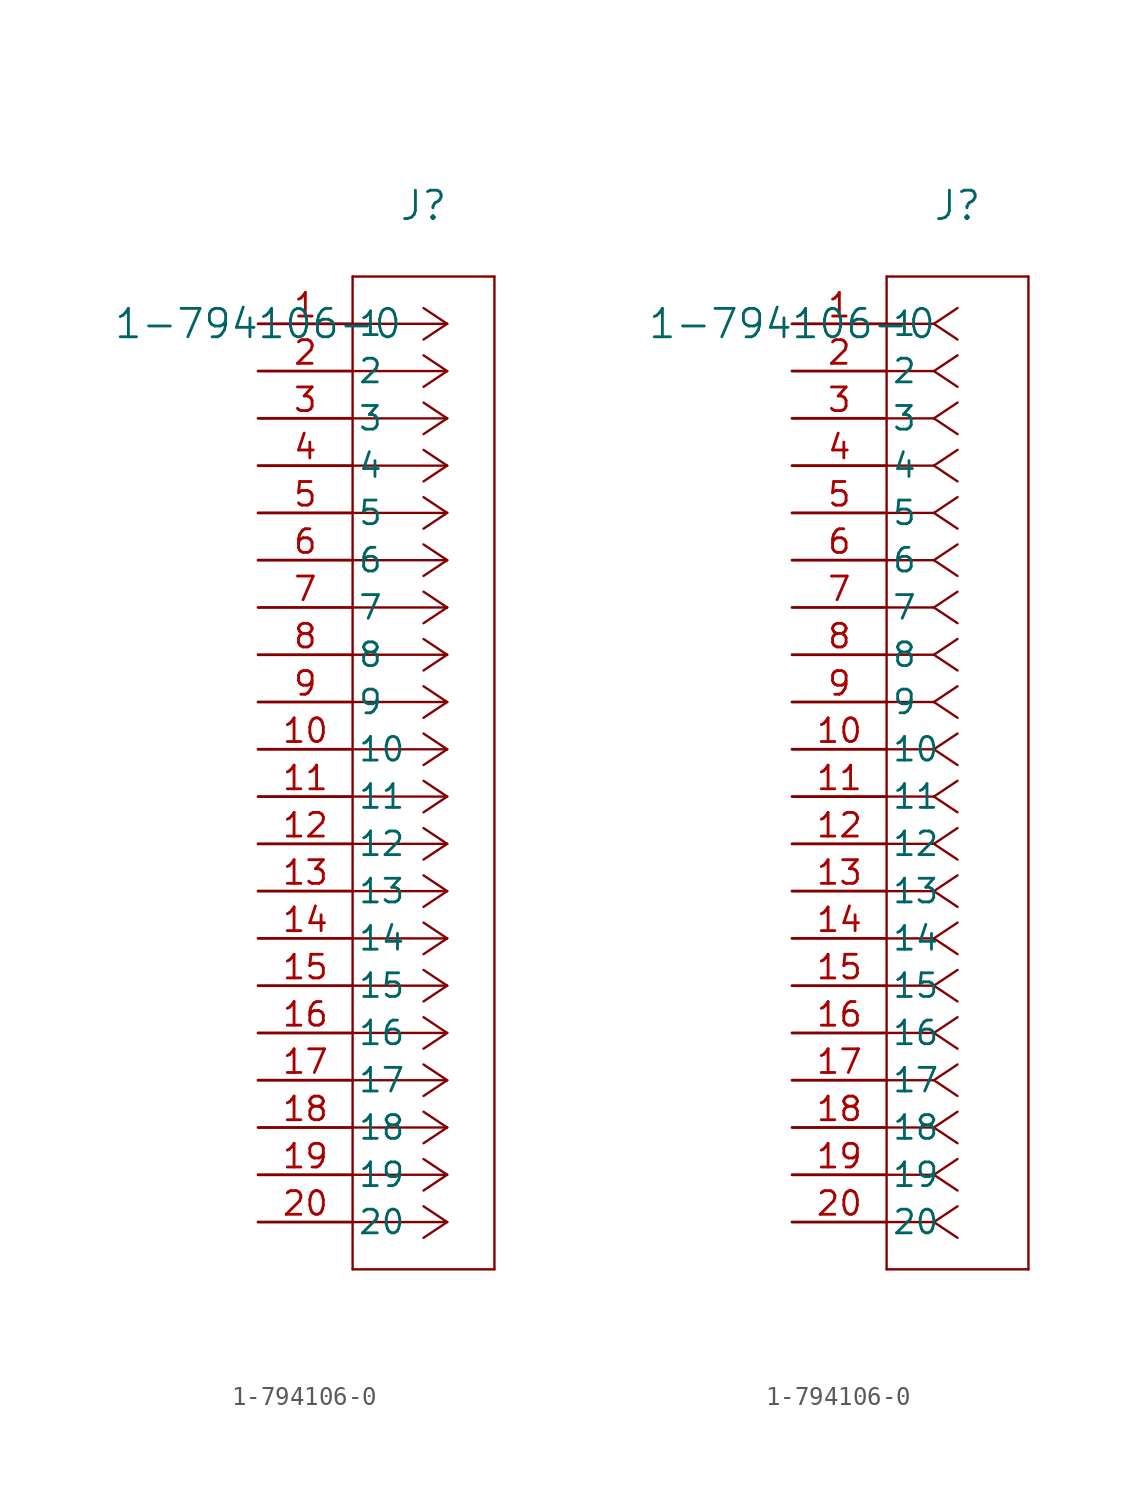
<source format=kicad_sym>
(kicad_symbol_lib
  (version 20211014)
  (generator kicad_symbol_editor)
  (symbol "1-794106-0"
    (pin_names
      (offset 0.254))
    (property "Reference" "J"
      (at 8.89 6.35 0)
      (effects (font (size 1.524 1.524))))
    (property "Value" "1-794106-0"
      (at 0 0 0)
      (effects (font (size 1.524 1.524))))
    (symbol "1-794106-0_1_1"
      (polyline (pts (xy 10.16 0) (xy 5.08 0)) (stroke (width 0.127) (type default) (color 0 0 0 0)) (fill (type none)))
      (polyline (pts (xy 10.16 -2.54) (xy 5.08 -2.54)) (stroke (width 0.127) (type default) (color 0 0 0 0)) (fill (type none)))
      (polyline (pts (xy 10.16 -5.08) (xy 5.08 -5.08)) (stroke (width 0.127) (type default) (color 0 0 0 0)) (fill (type none)))
      (polyline (pts (xy 10.16 -7.62) (xy 5.08 -7.62)) (stroke (width 0.127) (type default) (color 0 0 0 0)) (fill (type none)))
      (polyline (pts (xy 10.16 -10.16) (xy 5.08 -10.16)) (stroke (width 0.127) (type default) (color 0 0 0 0)) (fill (type none)))
      (polyline (pts (xy 10.16 -12.7) (xy 5.08 -12.7)) (stroke (width 0.127) (type default) (color 0 0 0 0)) (fill (type none)))
      (polyline (pts (xy 10.16 -15.24) (xy 5.08 -15.24)) (stroke (width 0.127) (type default) (color 0 0 0 0)) (fill (type none)))
      (polyline (pts (xy 10.16 -17.78) (xy 5.08 -17.78)) (stroke (width 0.127) (type default) (color 0 0 0 0)) (fill (type none)))
      (polyline (pts (xy 10.16 -20.32) (xy 5.08 -20.32)) (stroke (width 0.127) (type default) (color 0 0 0 0)) (fill (type none)))
      (polyline (pts (xy 10.16 -22.86) (xy 5.08 -22.86)) (stroke (width 0.127) (type default) (color 0 0 0 0)) (fill (type none)))
      (polyline (pts (xy 10.16 -25.4) (xy 5.08 -25.4)) (stroke (width 0.127) (type default) (color 0 0 0 0)) (fill (type none)))
      (polyline (pts (xy 10.16 -27.94) (xy 5.08 -27.94)) (stroke (width 0.127) (type default) (color 0 0 0 0)) (fill (type none)))
      (polyline (pts (xy 10.16 -30.48) (xy 5.08 -30.48)) (stroke (width 0.127) (type default) (color 0 0 0 0)) (fill (type none)))
      (polyline (pts (xy 10.16 -33.02) (xy 5.08 -33.02)) (stroke (width 0.127) (type default) (color 0 0 0 0)) (fill (type none)))
      (polyline (pts (xy 10.16 -35.56) (xy 5.08 -35.56)) (stroke (width 0.127) (type default) (color 0 0 0 0)) (fill (type none)))
      (polyline (pts (xy 10.16 -38.1) (xy 5.08 -38.1)) (stroke (width 0.127) (type default) (color 0 0 0 0)) (fill (type none)))
      (polyline (pts (xy 10.16 -40.64) (xy 5.08 -40.64)) (stroke (width 0.127) (type default) (color 0 0 0 0)) (fill (type none)))
      (polyline (pts (xy 10.16 -43.18) (xy 5.08 -43.18)) (stroke (width 0.127) (type default) (color 0 0 0 0)) (fill (type none)))
      (polyline (pts (xy 10.16 -45.72) (xy 5.08 -45.72)) (stroke (width 0.127) (type default) (color 0 0 0 0)) (fill (type none)))
      (polyline (pts (xy 10.16 -48.26) (xy 5.08 -48.26)) (stroke (width 0.127) (type default) (color 0 0 0 0)) (fill (type none)))
      (polyline (pts (xy 10.16 0) (xy 8.89 0.847)) (stroke (width 0.127) (type default) (color 0 0 0 0)) (fill (type none)))
      (polyline (pts (xy 10.16 -2.54) (xy 8.89 -1.693)) (stroke (width 0.127) (type default) (color 0 0 0 0)) (fill (type none)))
      (polyline (pts (xy 10.16 -5.08) (xy 8.89 -4.233)) (stroke (width 0.127) (type default) (color 0 0 0 0)) (fill (type none)))
      (polyline (pts (xy 10.16 -7.62) (xy 8.89 -6.773)) (stroke (width 0.127) (type default) (color 0 0 0 0)) (fill (type none)))
      (polyline (pts (xy 10.16 -10.16) (xy 8.89 -9.313)) (stroke (width 0.127) (type default) (color 0 0 0 0)) (fill (type none)))
      (polyline (pts (xy 10.16 -12.7) (xy 8.89 -11.853)) (stroke (width 0.127) (type default) (color 0 0 0 0)) (fill (type none)))
      (polyline (pts (xy 10.16 -15.24) (xy 8.89 -14.393)) (stroke (width 0.127) (type default) (color 0 0 0 0)) (fill (type none)))
      (polyline (pts (xy 10.16 -17.78) (xy 8.89 -16.933)) (stroke (width 0.127) (type default) (color 0 0 0 0)) (fill (type none)))
      (polyline (pts (xy 10.16 -20.32) (xy 8.89 -19.473)) (stroke (width 0.127) (type default) (color 0 0 0 0)) (fill (type none)))
      (polyline (pts (xy 10.16 -22.86) (xy 8.89 -22.013)) (stroke (width 0.127) (type default) (color 0 0 0 0)) (fill (type none)))
      (polyline (pts (xy 10.16 -25.4) (xy 8.89 -24.553)) (stroke (width 0.127) (type default) (color 0 0 0 0)) (fill (type none)))
      (polyline (pts (xy 10.16 -27.94) (xy 8.89 -27.093)) (stroke (width 0.127) (type default) (color 0 0 0 0)) (fill (type none)))
      (polyline (pts (xy 10.16 -30.48) (xy 8.89 -29.633)) (stroke (width 0.127) (type default) (color 0 0 0 0)) (fill (type none)))
      (polyline (pts (xy 10.16 -33.02) (xy 8.89 -32.173)) (stroke (width 0.127) (type default) (color 0 0 0 0)) (fill (type none)))
      (polyline (pts (xy 10.16 -35.56) (xy 8.89 -34.713)) (stroke (width 0.127) (type default) (color 0 0 0 0)) (fill (type none)))
      (polyline (pts (xy 10.16 -38.1) (xy 8.89 -37.253)) (stroke (width 0.127) (type default) (color 0 0 0 0)) (fill (type none)))
      (polyline (pts (xy 10.16 -40.64) (xy 8.89 -39.793)) (stroke (width 0.127) (type default) (color 0 0 0 0)) (fill (type none)))
      (polyline (pts (xy 10.16 -43.18) (xy 8.89 -42.333)) (stroke (width 0.127) (type default) (color 0 0 0 0)) (fill (type none)))
      (polyline (pts (xy 10.16 -45.72) (xy 8.89 -44.873)) (stroke (width 0.127) (type default) (color 0 0 0 0)) (fill (type none)))
      (polyline (pts (xy 10.16 -48.26) (xy 8.89 -47.413)) (stroke (width 0.127) (type default) (color 0 0 0 0)) (fill (type none)))
      (polyline (pts (xy 10.16 0) (xy 8.89 -0.847)) (stroke (width 0.127) (type default) (color 0 0 0 0)) (fill (type none)))
      (polyline (pts (xy 10.16 -2.54) (xy 8.89 -3.387)) (stroke (width 0.127) (type default) (color 0 0 0 0)) (fill (type none)))
      (polyline (pts (xy 10.16 -5.08) (xy 8.89 -5.927)) (stroke (width 0.127) (type default) (color 0 0 0 0)) (fill (type none)))
      (polyline (pts (xy 10.16 -7.62) (xy 8.89 -8.467)) (stroke (width 0.127) (type default) (color 0 0 0 0)) (fill (type none)))
      (polyline (pts (xy 10.16 -10.16) (xy 8.89 -11.007)) (stroke (width 0.127) (type default) (color 0 0 0 0)) (fill (type none)))
      (polyline (pts (xy 10.16 -12.7) (xy 8.89 -13.547)) (stroke (width 0.127) (type default) (color 0 0 0 0)) (fill (type none)))
      (polyline (pts (xy 10.16 -15.24) (xy 8.89 -16.087)) (stroke (width 0.127) (type default) (color 0 0 0 0)) (fill (type none)))
      (polyline (pts (xy 10.16 -17.78) (xy 8.89 -18.627)) (stroke (width 0.127) (type default) (color 0 0 0 0)) (fill (type none)))
      (polyline (pts (xy 10.16 -20.32) (xy 8.89 -21.167)) (stroke (width 0.127) (type default) (color 0 0 0 0)) (fill (type none)))
      (polyline (pts (xy 10.16 -22.86) (xy 8.89 -23.707)) (stroke (width 0.127) (type default) (color 0 0 0 0)) (fill (type none)))
      (polyline (pts (xy 10.16 -25.4) (xy 8.89 -26.247)) (stroke (width 0.127) (type default) (color 0 0 0 0)) (fill (type none)))
      (polyline (pts (xy 10.16 -27.94) (xy 8.89 -28.787)) (stroke (width 0.127) (type default) (color 0 0 0 0)) (fill (type none)))
      (polyline (pts (xy 10.16 -30.48) (xy 8.89 -31.327)) (stroke (width 0.127) (type default) (color 0 0 0 0)) (fill (type none)))
      (polyline (pts (xy 10.16 -33.02) (xy 8.89 -33.867)) (stroke (width 0.127) (type default) (color 0 0 0 0)) (fill (type none)))
      (polyline (pts (xy 10.16 -35.56) (xy 8.89 -36.407)) (stroke (width 0.127) (type default) (color 0 0 0 0)) (fill (type none)))
      (polyline (pts (xy 10.16 -38.1) (xy 8.89 -38.947)) (stroke (width 0.127) (type default) (color 0 0 0 0)) (fill (type none)))
      (polyline (pts (xy 10.16 -40.64) (xy 8.89 -41.487)) (stroke (width 0.127) (type default) (color 0 0 0 0)) (fill (type none)))
      (polyline (pts (xy 10.16 -43.18) (xy 8.89 -44.027)) (stroke (width 0.127) (type default) (color 0 0 0 0)) (fill (type none)))
      (polyline (pts (xy 10.16 -45.72) (xy 8.89 -46.567)) (stroke (width 0.127) (type default) (color 0 0 0 0)) (fill (type none)))
      (polyline (pts (xy 10.16 -48.26) (xy 8.89 -49.107)) (stroke (width 0.127) (type default) (color 0 0 0 0)) (fill (type none)))
      (polyline (pts (xy 5.08 2.54) (xy 5.08 -50.8)) (stroke (width 0.127) (type default) (color 0 0 0 0)) (fill (type none)))
      (polyline (pts (xy 5.08 -50.8) (xy 12.7 -50.8)) (stroke (width 0.127) (type default) (color 0 0 0 0)) (fill (type none)))
      (polyline (pts (xy 12.7 -50.8) (xy 12.7 2.54)) (stroke (width 0.127) (type default) (color 0 0 0 0)) (fill (type none)))
      (polyline (pts (xy 12.7 2.54) (xy 5.08 2.54)) (stroke (width 0.127) (type default) (color 0 0 0 0)) (fill (type none)))
      (pin unspecified line (at 0 0 0) (length 5.08) (name "1" (effects (font (size 1.27 1.27)))) (number "1" (effects (font (size 1.27 1.27)))))
      (pin unspecified line (at 0 -2.54 0) (length 5.08) (name "2" (effects (font (size 1.27 1.27)))) (number "2" (effects (font (size 1.27 1.27)))))
      (pin unspecified line (at 0 -5.08 0) (length 5.08) (name "3" (effects (font (size 1.27 1.27)))) (number "3" (effects (font (size 1.27 1.27)))))
      (pin unspecified line (at 0 -7.62 0) (length 5.08) (name "4" (effects (font (size 1.27 1.27)))) (number "4" (effects (font (size 1.27 1.27)))))
      (pin unspecified line (at 0 -10.16 0) (length 5.08) (name "5" (effects (font (size 1.27 1.27)))) (number "5" (effects (font (size 1.27 1.27)))))
      (pin unspecified line (at 0 -12.7 0) (length 5.08) (name "6" (effects (font (size 1.27 1.27)))) (number "6" (effects (font (size 1.27 1.27)))))
      (pin unspecified line (at 0 -15.24 0) (length 5.08) (name "7" (effects (font (size 1.27 1.27)))) (number "7" (effects (font (size 1.27 1.27)))))
      (pin unspecified line (at 0 -17.78 0) (length 5.08) (name "8" (effects (font (size 1.27 1.27)))) (number "8" (effects (font (size 1.27 1.27)))))
      (pin unspecified line (at 0 -20.32 0) (length 5.08) (name "9" (effects (font (size 1.27 1.27)))) (number "9" (effects (font (size 1.27 1.27)))))
      (pin unspecified line (at 0 -22.86 0) (length 5.08) (name "10" (effects (font (size 1.27 1.27)))) (number "10" (effects (font (size 1.27 1.27)))))
      (pin unspecified line (at 0 -25.4 0) (length 5.08) (name "11" (effects (font (size 1.27 1.27)))) (number "11" (effects (font (size 1.27 1.27)))))
      (pin unspecified line (at 0 -27.94 0) (length 5.08) (name "12" (effects (font (size 1.27 1.27)))) (number "12" (effects (font (size 1.27 1.27)))))
      (pin unspecified line (at 0 -30.48 0) (length 5.08) (name "13" (effects (font (size 1.27 1.27)))) (number "13" (effects (font (size 1.27 1.27)))))
      (pin unspecified line (at 0 -33.02 0) (length 5.08) (name "14" (effects (font (size 1.27 1.27)))) (number "14" (effects (font (size 1.27 1.27)))))
      (pin unspecified line (at 0 -35.56 0) (length 5.08) (name "15" (effects (font (size 1.27 1.27)))) (number "15" (effects (font (size 1.27 1.27)))))
      (pin unspecified line (at 0 -38.1 0) (length 5.08) (name "16" (effects (font (size 1.27 1.27)))) (number "16" (effects (font (size 1.27 1.27)))))
      (pin unspecified line (at 0 -40.64 0) (length 5.08) (name "17" (effects (font (size 1.27 1.27)))) (number "17" (effects (font (size 1.27 1.27)))))
      (pin unspecified line (at 0 -43.18 0) (length 5.08) (name "18" (effects (font (size 1.27 1.27)))) (number "18" (effects (font (size 1.27 1.27)))))
      (pin unspecified line (at 0 -45.72 0) (length 5.08) (name "19" (effects (font (size 1.27 1.27)))) (number "19" (effects (font (size 1.27 1.27)))))
      (pin unspecified line (at 0 -48.26 0) (length 5.08) (name "20" (effects (font (size 1.27 1.27)))) (number "20" (effects (font (size 1.27 1.27))))))
    (symbol "1-794106-0_1_2"
      (polyline (pts (xy 7.62 0) (xy 5.08 0)) (stroke (width 0.127) (type default) (color 0 0 0 0)) (fill (type none)))
      (polyline (pts (xy 7.62 -2.54) (xy 5.08 -2.54)) (stroke (width 0.127) (type default) (color 0 0 0 0)) (fill (type none)))
      (polyline (pts (xy 7.62 -5.08) (xy 5.08 -5.08)) (stroke (width 0.127) (type default) (color 0 0 0 0)) (fill (type none)))
      (polyline (pts (xy 7.62 -7.62) (xy 5.08 -7.62)) (stroke (width 0.127) (type default) (color 0 0 0 0)) (fill (type none)))
      (polyline (pts (xy 7.62 -10.16) (xy 5.08 -10.16)) (stroke (width 0.127) (type default) (color 0 0 0 0)) (fill (type none)))
      (polyline (pts (xy 7.62 -12.7) (xy 5.08 -12.7)) (stroke (width 0.127) (type default) (color 0 0 0 0)) (fill (type none)))
      (polyline (pts (xy 7.62 -15.24) (xy 5.08 -15.24)) (stroke (width 0.127) (type default) (color 0 0 0 0)) (fill (type none)))
      (polyline (pts (xy 7.62 -17.78) (xy 5.08 -17.78)) (stroke (width 0.127) (type default) (color 0 0 0 0)) (fill (type none)))
      (polyline (pts (xy 7.62 -20.32) (xy 5.08 -20.32)) (stroke (width 0.127) (type default) (color 0 0 0 0)) (fill (type none)))
      (polyline (pts (xy 7.62 -22.86) (xy 5.08 -22.86)) (stroke (width 0.127) (type default) (color 0 0 0 0)) (fill (type none)))
      (polyline (pts (xy 7.62 -25.4) (xy 5.08 -25.4)) (stroke (width 0.127) (type default) (color 0 0 0 0)) (fill (type none)))
      (polyline (pts (xy 7.62 -27.94) (xy 5.08 -27.94)) (stroke (width 0.127) (type default) (color 0 0 0 0)) (fill (type none)))
      (polyline (pts (xy 7.62 -30.48) (xy 5.08 -30.48)) (stroke (width 0.127) (type default) (color 0 0 0 0)) (fill (type none)))
      (polyline (pts (xy 7.62 -33.02) (xy 5.08 -33.02)) (stroke (width 0.127) (type default) (color 0 0 0 0)) (fill (type none)))
      (polyline (pts (xy 7.62 -35.56) (xy 5.08 -35.56)) (stroke (width 0.127) (type default) (color 0 0 0 0)) (fill (type none)))
      (polyline (pts (xy 7.62 -38.1) (xy 5.08 -38.1)) (stroke (width 0.127) (type default) (color 0 0 0 0)) (fill (type none)))
      (polyline (pts (xy 7.62 -40.64) (xy 5.08 -40.64)) (stroke (width 0.127) (type default) (color 0 0 0 0)) (fill (type none)))
      (polyline (pts (xy 7.62 -43.18) (xy 5.08 -43.18)) (stroke (width 0.127) (type default) (color 0 0 0 0)) (fill (type none)))
      (polyline (pts (xy 7.62 -45.72) (xy 5.08 -45.72)) (stroke (width 0.127) (type default) (color 0 0 0 0)) (fill (type none)))
      (polyline (pts (xy 7.62 -48.26) (xy 5.08 -48.26)) (stroke (width 0.127) (type default) (color 0 0 0 0)) (fill (type none)))
      (polyline (pts (xy 7.62 0) (xy 8.89 0.847)) (stroke (width 0.127) (type default) (color 0 0 0 0)) (fill (type none)))
      (polyline (pts (xy 7.62 -2.54) (xy 8.89 -1.693)) (stroke (width 0.127) (type default) (color 0 0 0 0)) (fill (type none)))
      (polyline (pts (xy 7.62 -5.08) (xy 8.89 -4.233)) (stroke (width 0.127) (type default) (color 0 0 0 0)) (fill (type none)))
      (polyline (pts (xy 7.62 -7.62) (xy 8.89 -6.773)) (stroke (width 0.127) (type default) (color 0 0 0 0)) (fill (type none)))
      (polyline (pts (xy 7.62 -10.16) (xy 8.89 -9.313)) (stroke (width 0.127) (type default) (color 0 0 0 0)) (fill (type none)))
      (polyline (pts (xy 7.62 -12.7) (xy 8.89 -11.853)) (stroke (width 0.127) (type default) (color 0 0 0 0)) (fill (type none)))
      (polyline (pts (xy 7.62 -15.24) (xy 8.89 -14.393)) (stroke (width 0.127) (type default) (color 0 0 0 0)) (fill (type none)))
      (polyline (pts (xy 7.62 -17.78) (xy 8.89 -16.933)) (stroke (width 0.127) (type default) (color 0 0 0 0)) (fill (type none)))
      (polyline (pts (xy 7.62 -20.32) (xy 8.89 -19.473)) (stroke (width 0.127) (type default) (color 0 0 0 0)) (fill (type none)))
      (polyline (pts (xy 7.62 -22.86) (xy 8.89 -22.013)) (stroke (width 0.127) (type default) (color 0 0 0 0)) (fill (type none)))
      (polyline (pts (xy 7.62 -25.4) (xy 8.89 -24.553)) (stroke (width 0.127) (type default) (color 0 0 0 0)) (fill (type none)))
      (polyline (pts (xy 7.62 -27.94) (xy 8.89 -27.093)) (stroke (width 0.127) (type default) (color 0 0 0 0)) (fill (type none)))
      (polyline (pts (xy 7.62 -30.48) (xy 8.89 -29.633)) (stroke (width 0.127) (type default) (color 0 0 0 0)) (fill (type none)))
      (polyline (pts (xy 7.62 -33.02) (xy 8.89 -32.173)) (stroke (width 0.127) (type default) (color 0 0 0 0)) (fill (type none)))
      (polyline (pts (xy 7.62 -35.56) (xy 8.89 -34.713)) (stroke (width 0.127) (type default) (color 0 0 0 0)) (fill (type none)))
      (polyline (pts (xy 7.62 -38.1) (xy 8.89 -37.253)) (stroke (width 0.127) (type default) (color 0 0 0 0)) (fill (type none)))
      (polyline (pts (xy 7.62 -40.64) (xy 8.89 -39.793)) (stroke (width 0.127) (type default) (color 0 0 0 0)) (fill (type none)))
      (polyline (pts (xy 7.62 -43.18) (xy 8.89 -42.333)) (stroke (width 0.127) (type default) (color 0 0 0 0)) (fill (type none)))
      (polyline (pts (xy 7.62 -45.72) (xy 8.89 -44.873)) (stroke (width 0.127) (type default) (color 0 0 0 0)) (fill (type none)))
      (polyline (pts (xy 7.62 -48.26) (xy 8.89 -47.413)) (stroke (width 0.127) (type default) (color 0 0 0 0)) (fill (type none)))
      (polyline (pts (xy 7.62 0) (xy 8.89 -0.847)) (stroke (width 0.127) (type default) (color 0 0 0 0)) (fill (type none)))
      (polyline (pts (xy 7.62 -2.54) (xy 8.89 -3.387)) (stroke (width 0.127) (type default) (color 0 0 0 0)) (fill (type none)))
      (polyline (pts (xy 7.62 -5.08) (xy 8.89 -5.927)) (stroke (width 0.127) (type default) (color 0 0 0 0)) (fill (type none)))
      (polyline (pts (xy 7.62 -7.62) (xy 8.89 -8.467)) (stroke (width 0.127) (type default) (color 0 0 0 0)) (fill (type none)))
      (polyline (pts (xy 7.62 -10.16) (xy 8.89 -11.007)) (stroke (width 0.127) (type default) (color 0 0 0 0)) (fill (type none)))
      (polyline (pts (xy 7.62 -12.7) (xy 8.89 -13.547)) (stroke (width 0.127) (type default) (color 0 0 0 0)) (fill (type none)))
      (polyline (pts (xy 7.62 -15.24) (xy 8.89 -16.087)) (stroke (width 0.127) (type default) (color 0 0 0 0)) (fill (type none)))
      (polyline (pts (xy 7.62 -17.78) (xy 8.89 -18.627)) (stroke (width 0.127) (type default) (color 0 0 0 0)) (fill (type none)))
      (polyline (pts (xy 7.62 -20.32) (xy 8.89 -21.167)) (stroke (width 0.127) (type default) (color 0 0 0 0)) (fill (type none)))
      (polyline (pts (xy 7.62 -22.86) (xy 8.89 -23.707)) (stroke (width 0.127) (type default) (color 0 0 0 0)) (fill (type none)))
      (polyline (pts (xy 7.62 -25.4) (xy 8.89 -26.247)) (stroke (width 0.127) (type default) (color 0 0 0 0)) (fill (type none)))
      (polyline (pts (xy 7.62 -27.94) (xy 8.89 -28.787)) (stroke (width 0.127) (type default) (color 0 0 0 0)) (fill (type none)))
      (polyline (pts (xy 7.62 -30.48) (xy 8.89 -31.327)) (stroke (width 0.127) (type default) (color 0 0 0 0)) (fill (type none)))
      (polyline (pts (xy 7.62 -33.02) (xy 8.89 -33.867)) (stroke (width 0.127) (type default) (color 0 0 0 0)) (fill (type none)))
      (polyline (pts (xy 7.62 -35.56) (xy 8.89 -36.407)) (stroke (width 0.127) (type default) (color 0 0 0 0)) (fill (type none)))
      (polyline (pts (xy 7.62 -38.1) (xy 8.89 -38.947)) (stroke (width 0.127) (type default) (color 0 0 0 0)) (fill (type none)))
      (polyline (pts (xy 7.62 -40.64) (xy 8.89 -41.487)) (stroke (width 0.127) (type default) (color 0 0 0 0)) (fill (type none)))
      (polyline (pts (xy 7.62 -43.18) (xy 8.89 -44.027)) (stroke (width 0.127) (type default) (color 0 0 0 0)) (fill (type none)))
      (polyline (pts (xy 7.62 -45.72) (xy 8.89 -46.567)) (stroke (width 0.127) (type default) (color 0 0 0 0)) (fill (type none)))
      (polyline (pts (xy 7.62 -48.26) (xy 8.89 -49.107)) (stroke (width 0.127) (type default) (color 0 0 0 0)) (fill (type none)))
      (polyline (pts (xy 5.08 2.54) (xy 5.08 -50.8)) (stroke (width 0.127) (type default) (color 0 0 0 0)) (fill (type none)))
      (polyline (pts (xy 5.08 -50.8) (xy 12.7 -50.8)) (stroke (width 0.127) (type default) (color 0 0 0 0)) (fill (type none)))
      (polyline (pts (xy 12.7 -50.8) (xy 12.7 2.54)) (stroke (width 0.127) (type default) (color 0 0 0 0)) (fill (type none)))
      (polyline (pts (xy 12.7 2.54) (xy 5.08 2.54)) (stroke (width 0.127) (type default) (color 0 0 0 0)) (fill (type none)))
      (pin unspecified line (at 0 0 0) (length 5.08) (name "1" (effects (font (size 1.27 1.27)))) (number "1" (effects (font (size 1.27 1.27)))))
      (pin unspecified line (at 0 -2.54 0) (length 5.08) (name "2" (effects (font (size 1.27 1.27)))) (number "2" (effects (font (size 1.27 1.27)))))
      (pin unspecified line (at 0 -5.08 0) (length 5.08) (name "3" (effects (font (size 1.27 1.27)))) (number "3" (effects (font (size 1.27 1.27)))))
      (pin unspecified line (at 0 -7.62 0) (length 5.08) (name "4" (effects (font (size 1.27 1.27)))) (number "4" (effects (font (size 1.27 1.27)))))
      (pin unspecified line (at 0 -10.16 0) (length 5.08) (name "5" (effects (font (size 1.27 1.27)))) (number "5" (effects (font (size 1.27 1.27)))))
      (pin unspecified line (at 0 -12.7 0) (length 5.08) (name "6" (effects (font (size 1.27 1.27)))) (number "6" (effects (font (size 1.27 1.27)))))
      (pin unspecified line (at 0 -15.24 0) (length 5.08) (name "7" (effects (font (size 1.27 1.27)))) (number "7" (effects (font (size 1.27 1.27)))))
      (pin unspecified line (at 0 -17.78 0) (length 5.08) (name "8" (effects (font (size 1.27 1.27)))) (number "8" (effects (font (size 1.27 1.27)))))
      (pin unspecified line (at 0 -20.32 0) (length 5.08) (name "9" (effects (font (size 1.27 1.27)))) (number "9" (effects (font (size 1.27 1.27)))))
      (pin unspecified line (at 0 -22.86 0) (length 5.08) (name "10" (effects (font (size 1.27 1.27)))) (number "10" (effects (font (size 1.27 1.27)))))
      (pin unspecified line (at 0 -25.4 0) (length 5.08) (name "11" (effects (font (size 1.27 1.27)))) (number "11" (effects (font (size 1.27 1.27)))))
      (pin unspecified line (at 0 -27.94 0) (length 5.08) (name "12" (effects (font (size 1.27 1.27)))) (number "12" (effects (font (size 1.27 1.27)))))
      (pin unspecified line (at 0 -30.48 0) (length 5.08) (name "13" (effects (font (size 1.27 1.27)))) (number "13" (effects (font (size 1.27 1.27)))))
      (pin unspecified line (at 0 -33.02 0) (length 5.08) (name "14" (effects (font (size 1.27 1.27)))) (number "14" (effects (font (size 1.27 1.27)))))
      (pin unspecified line (at 0 -35.56 0) (length 5.08) (name "15" (effects (font (size 1.27 1.27)))) (number "15" (effects (font (size 1.27 1.27)))))
      (pin unspecified line (at 0 -38.1 0) (length 5.08) (name "16" (effects (font (size 1.27 1.27)))) (number "16" (effects (font (size 1.27 1.27)))))
      (pin unspecified line (at 0 -40.64 0) (length 5.08) (name "17" (effects (font (size 1.27 1.27)))) (number "17" (effects (font (size 1.27 1.27)))))
      (pin unspecified line (at 0 -43.18 0) (length 5.08) (name "18" (effects (font (size 1.27 1.27)))) (number "18" (effects (font (size 1.27 1.27)))))
      (pin unspecified line (at 0 -45.72 0) (length 5.08) (name "19" (effects (font (size 1.27 1.27)))) (number "19" (effects (font (size 1.27 1.27)))))
      (pin unspecified line (at 0 -48.26 0) (length 5.08) (name "20" (effects (font (size 1.27 1.27)))) (number "20" (effects (font (size 1.27 1.27))))))))
</source>
